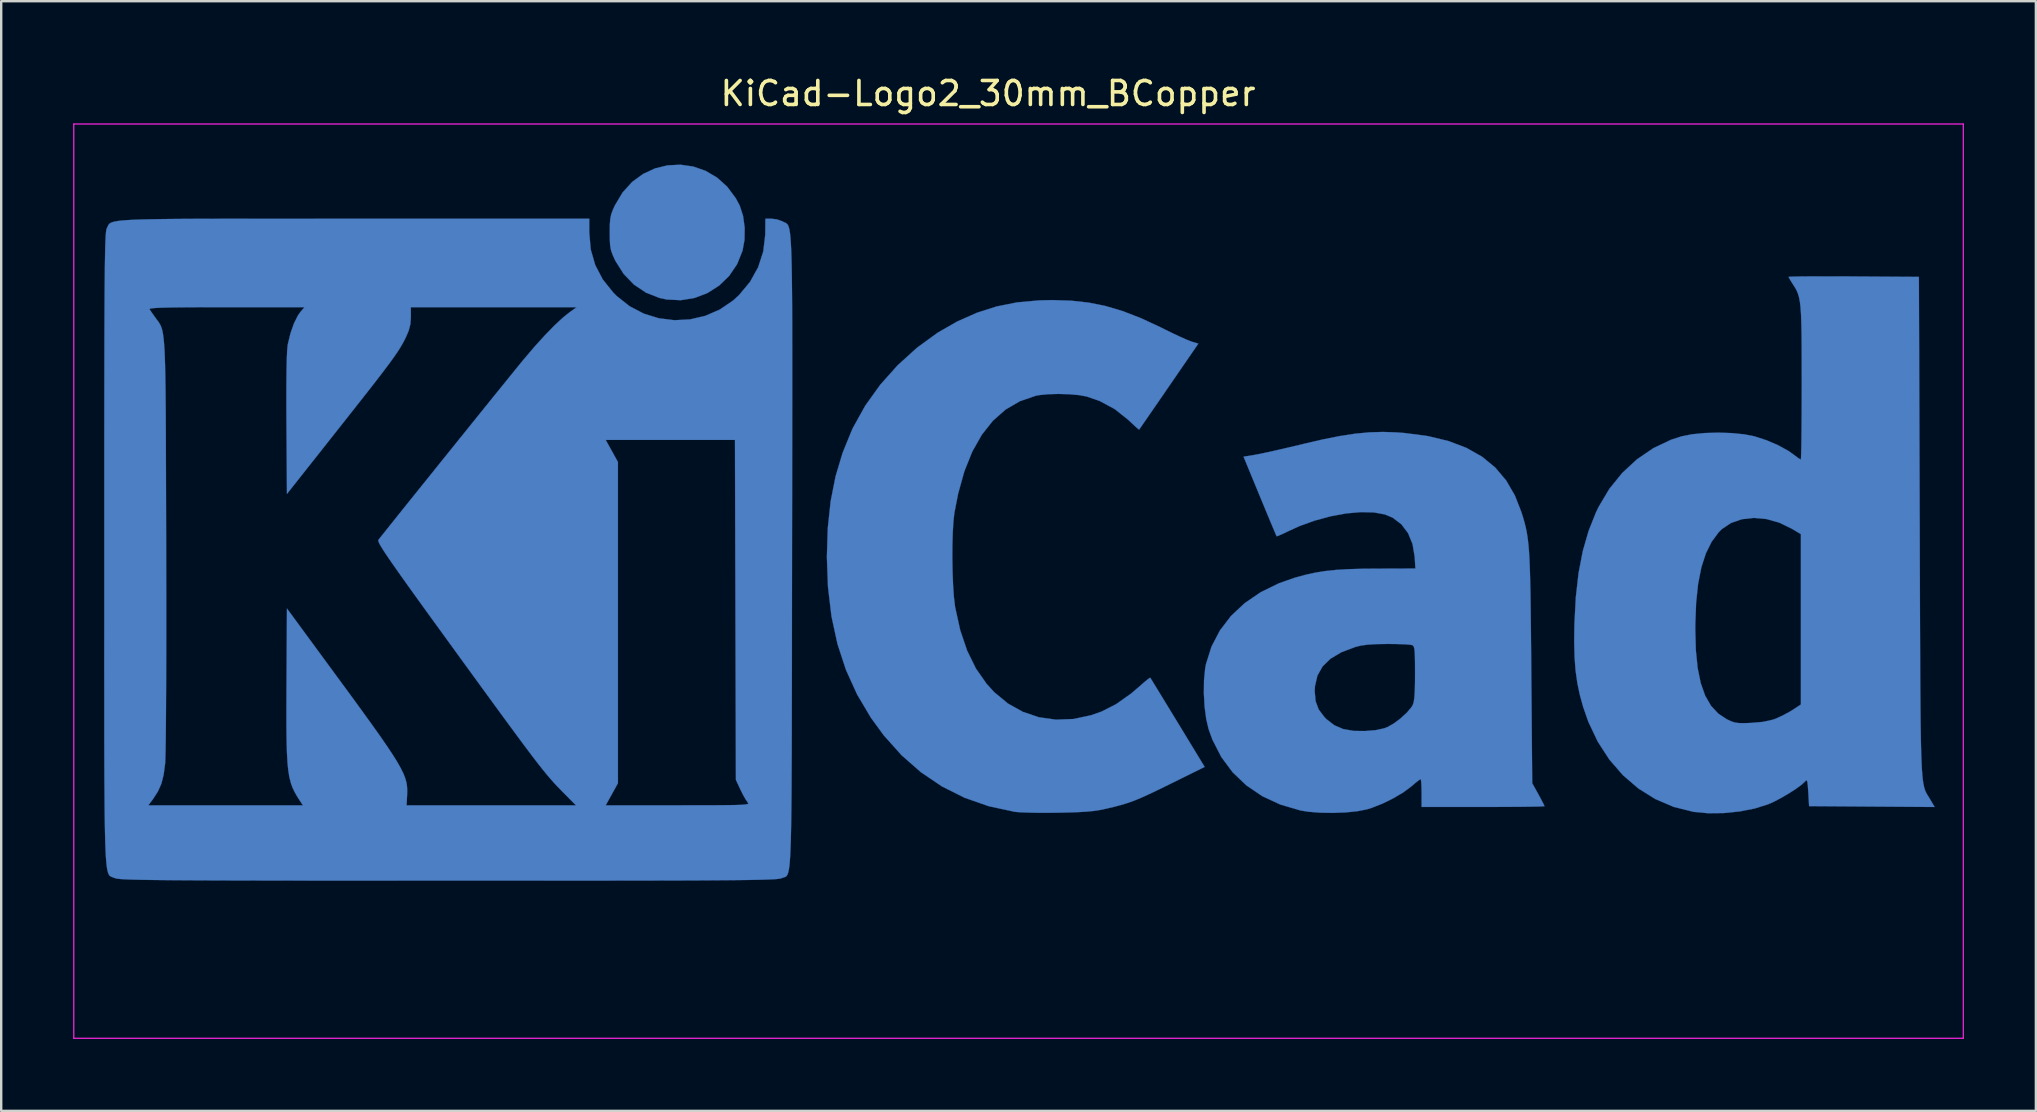
<source format=kicad_pcb>
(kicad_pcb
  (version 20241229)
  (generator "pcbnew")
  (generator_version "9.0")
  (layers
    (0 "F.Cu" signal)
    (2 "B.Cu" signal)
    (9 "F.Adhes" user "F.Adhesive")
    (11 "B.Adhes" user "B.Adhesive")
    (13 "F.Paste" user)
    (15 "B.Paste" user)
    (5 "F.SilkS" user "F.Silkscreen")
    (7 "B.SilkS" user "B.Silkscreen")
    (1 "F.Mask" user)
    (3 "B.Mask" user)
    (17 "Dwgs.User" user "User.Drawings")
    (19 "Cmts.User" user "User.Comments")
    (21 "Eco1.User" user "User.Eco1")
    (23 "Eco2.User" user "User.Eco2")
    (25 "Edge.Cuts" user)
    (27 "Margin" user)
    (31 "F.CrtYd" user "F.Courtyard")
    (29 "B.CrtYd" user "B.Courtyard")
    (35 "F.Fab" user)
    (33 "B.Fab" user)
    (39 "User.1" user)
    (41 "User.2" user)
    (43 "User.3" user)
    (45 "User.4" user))
  (footprint "KiCad-Logo2_30mm_BCopper"
    (layer "F.Cu")
    (at 39.395 18.628)
    (property "Reference" "KiCad-Logo2_30mm_BCopper" (at -1.27 -17.78 0) (layer "F.SilkS") (effects (font (size 1 1) (thickness 0.15))))
    (attr exclude_from_pos_files exclude_from_bom)
    (fp_poly (pts (xy -13.557 -14.738) (xy -13.044 -14.56) (xy -12.567 -14.28) (xy -12.141 -13.898) (xy -11.781 -13.415) (xy -11.619 -13.11) (xy -11.48 -12.683) (xy -11.412 -12.191) (xy -11.419 -11.684) (xy -11.503 -11.226) (xy -11.73 -10.665) (xy -12.061 -10.179) (xy -12.477 -9.777) (xy -12.961 -9.468) (xy -13.499 -9.262) (xy -14.071 -9.168) (xy -14.662 -9.197) (xy -14.953 -9.259) (xy -15.521 -9.48) (xy -16.025 -9.817) (xy -16.454 -10.26) (xy -16.795 -10.798) (xy -16.823 -10.856) (xy -16.923 -11.077) (xy -16.986 -11.263) (xy -17.02 -11.459) (xy -17.033 -11.71) (xy -17.036 -11.983) (xy -17.032 -12.311) (xy -17.015 -12.549) (xy -16.976 -12.741) (xy -16.906 -12.933) (xy -16.82 -13.122) (xy -16.498 -13.66) (xy -16.103 -14.095) (xy -15.648 -14.428) (xy -15.151 -14.659) (xy -14.626 -14.787) (xy -14.09 -14.814) (xy -13.557 -14.738)) (stroke (width 0.01) (type solid)) (fill yes) (layer "B.Cu"))
    (fp_poly (pts (xy 2.188 -9.148) (xy 2.924 -9.067) (xy 3.638 -8.923) (xy 4.357 -8.708) (xy 5.111 -8.414) (xy 5.93 -8.033) (xy 6.078 -7.959) (xy 6.416 -7.793) (xy 6.735 -7.643) (xy 7.003 -7.524) (xy 7.189 -7.45) (xy 7.218 -7.44) (xy 7.492 -7.358) (xy 6.265 -5.574) (xy 5.966 -5.138) (xy 5.691 -4.739) (xy 5.452 -4.392) (xy 5.257 -4.11) (xy 5.116 -3.905) (xy 5.038 -3.793) (xy 5.026 -3.775) (xy 4.974 -3.812) (xy 4.847 -3.924) (xy 4.668 -4.091) (xy 4.569 -4.185) (xy 4.007 -4.631) (xy 3.377 -4.97) (xy 2.834 -5.156) (xy 2.508 -5.215) (xy 2.099 -5.25) (xy 1.657 -5.262) (xy 1.228 -5.25) (xy 0.861 -5.213) (xy 0.715 -5.185) (xy 0.055 -4.958) (xy -0.539 -4.612) (xy -1.068 -4.146) (xy -1.53 -3.563) (xy -1.927 -2.861) (xy -2.256 -2.043) (xy -2.517 -1.108) (xy -2.673 -0.307) (xy -2.713 0.046) (xy -2.741 0.503) (xy -2.756 1.029) (xy -2.759 1.594) (xy -2.749 2.163) (xy -2.728 2.703) (xy -2.695 3.184) (xy -2.65 3.57) (xy -2.641 3.629) (xy -2.429 4.59) (xy -2.141 5.439) (xy -1.775 6.183) (xy -1.328 6.823) (xy -1.011 7.169) (xy -0.441 7.64) (xy 0.184 7.988) (xy 0.853 8.213) (xy 1.557 8.312) (xy 2.284 8.285) (xy 3.023 8.128) (xy 3.461 7.974) (xy 4.066 7.666) (xy 4.69 7.225) (xy 5.04 6.926) (xy 5.236 6.753) (xy 5.39 6.626) (xy 5.478 6.565) (xy 5.489 6.563) (xy 5.528 6.626) (xy 5.629 6.791) (xy 5.784 7.044) (xy 5.985 7.372) (xy 6.221 7.76) (xy 6.485 8.193) (xy 6.633 8.435) (xy 7.756 10.281) (xy 6.353 10.974) (xy 5.846 11.223) (xy 5.435 11.419) (xy 5.095 11.573) (xy 4.802 11.693) (xy 4.529 11.79) (xy 4.252 11.873) (xy 3.946 11.953) (xy 3.653 12.022) (xy 3.392 12.076) (xy 3.12 12.117) (xy 2.808 12.147) (xy 2.429 12.168) (xy 1.957 12.183) (xy 1.639 12.189) (xy 1.185 12.194) (xy 0.749 12.192) (xy 0.361 12.183) (xy 0.049 12.17) (xy -0.157 12.152) (xy -0.169 12.15) (xy -1.242 11.918) (xy -2.249 11.566) (xy -3.19 11.095) (xy -4.066 10.504) (xy -4.875 9.794) (xy -5.617 8.965) (xy -6.154 8.228) (xy -6.726 7.263) (xy -7.189 6.245) (xy -7.544 5.164) (xy -7.794 4.013) (xy -7.941 2.783) (xy -7.987 1.534) (xy -7.949 0.327) (xy -7.83 -0.788) (xy -7.625 -1.828) (xy -7.33 -2.812) (xy -6.943 -3.759) (xy -6.897 -3.857) (xy -6.387 -4.774) (xy -5.761 -5.647) (xy -5.037 -6.457) (xy -4.232 -7.187) (xy -3.364 -7.818) (xy -2.555 -8.281) (xy -1.738 -8.643) (xy -0.919 -8.906) (xy -0.066 -9.076) (xy 0.851 -9.16) (xy 1.4 -9.173) (xy 2.188 -9.148)) (stroke (width 0.01) (type solid)) (fill yes) (layer "B.Cu"))
    (fp_poly (pts (xy 34.027 -10.161) (xy 34.608 -10.159) (xy 34.806 -10.157) (xy 37.52 -10.14) (xy 37.554 0.273) (xy 37.558 1.685) (xy 37.562 2.967) (xy 37.566 4.126) (xy 37.57 5.168) (xy 37.574 6.1) (xy 37.578 6.929) (xy 37.584 7.661) (xy 37.59 8.303) (xy 37.598 8.861) (xy 37.607 9.342) (xy 37.618 9.753) (xy 37.631 10.101) (xy 37.646 10.392) (xy 37.664 10.632) (xy 37.685 10.828) (xy 37.709 10.988) (xy 37.736 11.117) (xy 37.766 11.222) (xy 37.801 11.31) (xy 37.84 11.388) (xy 37.883 11.462) (xy 37.931 11.538) (xy 37.983 11.624) (xy 37.994 11.642) (xy 38.175 11.951) (xy 35.56 11.933) (xy 32.945 11.915) (xy 32.911 11.34) (xy 32.892 11.065) (xy 32.873 10.905) (xy 32.847 10.842) (xy 32.807 10.855) (xy 32.774 10.891) (xy 32.63 11.024) (xy 32.396 11.195) (xy 32.105 11.383) (xy 31.788 11.568) (xy 31.481 11.73) (xy 31.244 11.836) (xy 30.691 12.011) (xy 30.056 12.136) (xy 29.386 12.204) (xy 28.728 12.211) (xy 28.129 12.154) (xy 28.12 12.152) (xy 27.301 11.947) (xy 26.534 11.619) (xy 25.827 11.177) (xy 25.187 10.627) (xy 24.622 9.976) (xy 24.139 9.231) (xy 23.745 8.4) (xy 23.53 7.784) (xy 23.388 7.269) (xy 23.284 6.77) (xy 23.212 6.257) (xy 23.171 5.699) (xy 23.156 5.068) (xy 23.162 4.552) (xy 28.201 4.552) (xy 28.225 5.417) (xy 28.3 6.161) (xy 28.429 6.791) (xy 28.614 7.314) (xy 28.857 7.735) (xy 29.161 8.062) (xy 29.511 8.293) (xy 29.694 8.38) (xy 29.852 8.432) (xy 30.029 8.455) (xy 30.266 8.457) (xy 30.521 8.448) (xy 31.023 8.404) (xy 31.42 8.317) (xy 31.545 8.274) (xy 31.83 8.145) (xy 32.131 7.984) (xy 32.262 7.903) (xy 32.603 7.68) (xy 32.603 0.582) (xy 32.228 0.357) (xy 31.704 0.102) (xy 31.169 -0.048) (xy 30.642 -0.096) (xy 30.143 -0.041) (xy 29.691 0.115) (xy 29.307 0.372) (xy 29.182 0.495) (xy 28.883 0.898) (xy 28.641 1.386) (xy 28.454 1.968) (xy 28.319 2.651) (xy 28.236 3.444) (xy 28.202 4.355) (xy 28.201 4.552) (xy 23.162 4.552) (xy 23.165 4.337) (xy 23.223 3.213) (xy 23.338 2.199) (xy 23.515 1.281) (xy 23.757 0.443) (xy 24.065 -0.329) (xy 24.175 -0.558) (xy 24.619 -1.304) (xy 25.155 -1.967) (xy 25.771 -2.537) (xy 26.454 -3.002) (xy 27.191 -3.352) (xy 27.634 -3.496) (xy 28.068 -3.581) (xy 28.591 -3.632) (xy 29.158 -3.649) (xy 29.725 -3.63) (xy 30.25 -3.577) (xy 30.671 -3.494) (xy 31.172 -3.331) (xy 31.658 -3.122) (xy 32.083 -2.887) (xy 32.309 -2.727) (xy 32.465 -2.609) (xy 32.575 -2.537) (xy 32.599 -2.526) (xy 32.607 -2.592) (xy 32.614 -2.782) (xy 32.621 -3.081) (xy 32.627 -3.476) (xy 32.631 -3.955) (xy 32.635 -4.504) (xy 32.637 -5.108) (xy 32.638 -5.725) (xy 32.637 -6.514) (xy 32.635 -7.179) (xy 32.631 -7.733) (xy 32.622 -8.189) (xy 32.609 -8.559) (xy 32.589 -8.857) (xy 32.562 -9.094) (xy 32.526 -9.283) (xy 32.481 -9.438) (xy 32.426 -9.571) (xy 32.358 -9.695) (xy 32.277 -9.822) (xy 32.267 -9.837) (xy 32.163 -10.002) (xy 32.1 -10.115) (xy 32.091 -10.139) (xy 32.157 -10.146) (xy 32.345 -10.152) (xy 32.641 -10.157) (xy 33.029 -10.16) (xy 33.496 -10.161) (xy 34.027 -10.161)) (stroke (width 0.01) (type solid)) (fill yes) (layer "B.Cu"))
    (fp_poly (pts (xy 15.752 -3.659) (xy 16.091 -3.633) (xy 17.059 -3.505) (xy 17.916 -3.299) (xy 18.666 -3.014) (xy 19.315 -2.647) (xy 19.865 -2.195) (xy 20.321 -1.655) (xy 20.687 -1.024) (xy 20.954 -0.341) (xy 21.022 -0.124) (xy 21.081 0.08) (xy 21.132 0.281) (xy 21.176 0.49) (xy 21.213 0.719) (xy 21.244 0.977) (xy 21.27 1.277) (xy 21.291 1.628) (xy 21.308 2.042) (xy 21.322 2.531) (xy 21.334 3.104) (xy 21.343 3.774) (xy 21.352 4.55) (xy 21.36 5.444) (xy 21.366 6.145) (xy 21.406 10.959) (xy 21.662 11.422) (xy 21.783 11.645) (xy 21.873 11.819) (xy 21.916 11.911) (xy 21.918 11.917) (xy 21.852 11.924) (xy 21.665 11.931) (xy 21.37 11.937) (xy 20.985 11.942) (xy 20.522 11.945) (xy 19.997 11.948) (xy 19.425 11.949) (xy 19.357 11.949) (xy 16.797 11.949) (xy 16.797 11.369) (xy 16.792 11.106) (xy 16.781 10.906) (xy 16.764 10.798) (xy 16.757 10.788) (xy 16.689 10.83) (xy 16.549 10.939) (xy 16.368 11.093) (xy 16.364 11.097) (xy 16.033 11.343) (xy 15.615 11.59) (xy 15.158 11.814) (xy 14.708 11.991) (xy 14.509 12.051) (xy 14.115 12.128) (xy 13.631 12.177) (xy 13.102 12.197) (xy 12.572 12.188) (xy 12.085 12.15) (xy 11.744 12.095) (xy 10.909 11.849) (xy 10.157 11.5) (xy 9.493 11.05) (xy 8.922 10.505) (xy 8.449 9.868) (xy 8.079 9.145) (xy 7.92 8.706) (xy 7.82 8.279) (xy 7.753 7.767) (xy 7.723 7.216) (xy 7.724 7.136) (xy 12.342 7.136) (xy 12.38 7.545) (xy 12.507 7.885) (xy 12.743 8.201) (xy 12.834 8.293) (xy 13.155 8.543) (xy 13.527 8.703) (xy 13.973 8.781) (xy 14.442 8.786) (xy 14.887 8.749) (xy 15.228 8.675) (xy 15.376 8.62) (xy 15.642 8.469) (xy 15.925 8.256) (xy 16.183 8.018) (xy 16.375 7.789) (xy 16.426 7.705) (xy 16.466 7.588) (xy 16.494 7.401) (xy 16.513 7.126) (xy 16.522 6.747) (xy 16.524 6.385) (xy 16.522 5.964) (xy 16.517 5.659) (xy 16.506 5.452) (xy 16.487 5.321) (xy 16.458 5.247) (xy 16.417 5.21) (xy 16.404 5.204) (xy 16.294 5.186) (xy 16.077 5.171) (xy 15.781 5.161) (xy 15.438 5.157) (xy 15.363 5.157) (xy 14.903 5.164) (xy 14.549 5.186) (xy 14.266 5.225) (xy 14.034 5.283) (xy 13.456 5.501) (xy 13.002 5.77) (xy 12.67 6.093) (xy 12.455 6.475) (xy 12.352 6.92) (xy 12.342 7.136) (xy 7.724 7.136) (xy 7.729 6.675) (xy 7.776 6.189) (xy 7.812 5.993) (xy 8.042 5.265) (xy 8.392 4.595) (xy 8.855 3.99) (xy 9.424 3.456) (xy 10.094 2.999) (xy 10.857 2.626) (xy 11.505 2.399) (xy 11.939 2.28) (xy 12.353 2.188) (xy 12.776 2.119) (xy 13.233 2.071) (xy 13.752 2.04) (xy 14.36 2.023) (xy 14.91 2.019) (xy 16.539 2.014) (xy 16.508 1.524) (xy 16.419 0.993) (xy 16.231 0.536) (xy 15.95 0.166) (xy 15.586 -0.108) (xy 15.265 -0.241) (xy 14.806 -0.325) (xy 14.258 -0.337) (xy 13.65 -0.282) (xy 13.004 -0.163) (xy 12.348 0.014) (xy 11.708 0.245) (xy 11.242 0.457) (xy 11.018 0.566) (xy 10.847 0.641) (xy 10.76 0.671) (xy 10.756 0.67) (xy 10.726 0.604) (xy 10.651 0.428) (xy 10.538 0.16) (xy 10.394 -0.185) (xy 10.227 -0.588) (xy 10.057 -0.999) (xy 9.377 -2.647) (xy 9.861 -2.726) (xy 10.07 -2.766) (xy 10.385 -2.833) (xy 10.779 -2.921) (xy 11.224 -3.024) (xy 11.694 -3.135) (xy 11.881 -3.181) (xy 12.69 -3.368) (xy 13.398 -3.509) (xy 14.032 -3.606) (xy 14.618 -3.661) (xy 15.183 -3.678) (xy 15.752 -3.659)) (stroke (width 0.01) (type solid)) (fill yes) (layer "B.Cu"))
    (fp_poly (pts (xy -29.619 -12.564) (xy -28.303 -12.563) (xy -27.691 -12.563) (xy -17.889 -12.563) (xy -17.889 -11.986) (xy -17.828 -11.283) (xy -17.641 -10.634) (xy -17.329 -10.036) (xy -16.889 -9.486) (xy -16.74 -9.337) (xy -16.205 -8.915) (xy -15.614 -8.607) (xy -14.986 -8.414) (xy -14.338 -8.334) (xy -13.688 -8.368) (xy -13.053 -8.516) (xy -12.451 -8.777) (xy -11.899 -9.152) (xy -11.651 -9.377) (xy -11.189 -9.932) (xy -10.851 -10.541) (xy -10.638 -11.198) (xy -10.555 -11.897) (xy -10.554 -11.966) (xy -10.549 -12.563) (xy -10.287 -12.563) (xy -10.054 -12.532) (xy -9.841 -12.455) (xy -9.827 -12.447) (xy -9.779 -12.422) (xy -9.735 -12.403) (xy -9.694 -12.383) (xy -9.658 -12.358) (xy -9.624 -12.321) (xy -9.594 -12.267) (xy -9.567 -12.19) (xy -9.543 -12.085) (xy -9.522 -11.946) (xy -9.504 -11.767) (xy -9.488 -11.543) (xy -9.474 -11.267) (xy -9.463 -10.935) (xy -9.453 -10.541) (xy -9.446 -10.078) (xy -9.44 -9.542) (xy -9.435 -8.927) (xy -9.432 -8.226) (xy -9.431 -7.435) (xy -9.43 -6.548) (xy -9.43 -5.558) (xy -9.431 -4.461) (xy -9.432 -3.251) (xy -9.434 -1.922) (xy -9.436 -0.468) (xy -9.439 1.116) (xy -9.439 1.309) (xy -9.441 2.903) (xy -9.443 4.366) (xy -9.444 5.704) (xy -9.446 6.923) (xy -9.448 8.027) (xy -9.45 9.023) (xy -9.453 9.917) (xy -9.457 10.714) (xy -9.461 11.419) (xy -9.467 12.038) (xy -9.474 12.578) (xy -9.483 13.043) (xy -9.493 13.44) (xy -9.505 13.773) (xy -9.52 14.049) (xy -9.536 14.273) (xy -9.555 14.451) (xy -9.577 14.589) (xy -9.601 14.692) (xy -9.628 14.766) (xy -9.659 14.816) (xy -9.692 14.849) (xy -9.73 14.869) (xy -9.771 14.883) (xy -9.815 14.896) (xy -9.864 14.914) (xy -9.876 14.919) (xy -9.914 14.931) (xy -9.976 14.942) (xy -10.07 14.953) (xy -10.2 14.962) (xy -10.371 14.97) (xy -10.59 14.978) (xy -10.861 14.985) (xy -11.19 14.991) (xy -11.584 14.996) (xy -12.046 15.001) (xy -12.582 15.005) (xy -13.199 15.009) (xy -13.902 15.012) (xy -14.695 15.014) (xy -15.585 15.016) (xy -16.577 15.017) (xy -17.676 15.019) (xy -18.889 15.019) (xy -20.22 15.02) (xy -21.674 15.02) (xy -23.258 15.02) (xy -23.772 15.02) (xy -25.391 15.02) (xy -26.879 15.019) (xy -28.242 15.019) (xy -29.485 15.018) (xy -30.613 15.017) (xy -31.633 15.015) (xy -32.549 15.013) (xy -33.368 15.011) (xy -34.094 15.008) (xy -34.734 15.005) (xy -35.293 15.001) (xy -35.776 14.996) (xy -36.189 14.991) (xy -36.538 14.986) (xy -36.828 14.979) (xy -37.064 14.972) (xy -37.253 14.964) (xy -37.399 14.955) (xy -37.508 14.945) (xy -37.587 14.934) (xy -37.64 14.922) (xy -37.668 14.911) (xy -37.72 14.89) (xy -37.766 14.874) (xy -37.809 14.858) (xy -37.849 14.836) (xy -37.884 14.804) (xy -37.916 14.754) (xy -37.945 14.682) (xy -37.97 14.581) (xy -37.993 14.447) (xy -38.013 14.273) (xy -38.03 14.054) (xy -38.045 13.784) (xy -38.058 13.458) (xy -38.068 13.069) (xy -38.077 12.613) (xy -38.084 12.084) (xy -38.086 11.881) (xy -36.263 11.881) (xy -29.822 11.881) (xy -29.946 11.693) (xy -30.07 11.5) (xy -30.174 11.316) (xy -30.261 11.129) (xy -30.332 10.925) (xy -30.389 10.692) (xy -30.433 10.416) (xy -30.465 10.086) (xy -30.487 9.687) (xy -30.501 9.208) (xy -30.508 8.635) (xy -30.509 7.955) (xy -30.506 7.156) (xy -30.505 6.86) (xy -30.487 3.68) (xy -28.473 6.423) (xy -27.902 7.2) (xy -27.408 7.878) (xy -26.984 8.464) (xy -26.626 8.967) (xy -26.329 9.397) (xy -26.086 9.762) (xy -25.893 10.071) (xy -25.744 10.334) (xy -25.633 10.559) (xy -25.557 10.755) (xy -25.508 10.931) (xy -25.483 11.097) (xy -25.475 11.261) (xy -25.479 11.432) (xy -25.48 11.453) (xy -25.502 11.881) (xy -21.973 11.881) (xy -18.444 11.881) (xy -18.969 11.351) (xy -19.111 11.206) (xy -19.246 11.066) (xy -19.38 10.921) (xy -19.519 10.764) (xy -19.667 10.589) (xy -19.833 10.386) (xy -20.02 10.148) (xy -20.236 9.867) (xy -20.486 9.536) (xy -20.776 9.147) (xy -21.112 8.691) (xy -21.501 8.162) (xy -21.947 7.551) (xy -22.457 6.851) (xy -23.037 6.054) (xy -23.512 5.4) (xy -24.108 4.578) (xy -24.629 3.86) (xy -25.078 3.238) (xy -25.46 2.706) (xy -25.78 2.256) (xy -26.043 1.882) (xy -26.253 1.578) (xy -26.416 1.336) (xy -26.535 1.149) (xy -26.616 1.011) (xy -26.663 0.915) (xy -26.682 0.854) (xy -26.676 0.822) (xy -26.61 0.736) (xy -26.466 0.555) (xy -26.254 0.29) (xy -25.982 -0.05) (xy -25.66 -0.453) (xy -25.294 -0.908) (xy -24.895 -1.405) (xy -24.47 -1.933) (xy -24.029 -2.482) (xy -23.58 -3.039) (xy -23.334 -3.346) (xy -17.204 -3.346) (xy -16.949 -2.885) (xy -16.694 -2.424) (xy -16.694 10.959) (xy -16.949 11.42) (xy -17.204 11.881) (xy -14.19 11.881) (xy -13.471 11.88) (xy -12.877 11.879) (xy -12.396 11.877) (xy -12.018 11.873) (xy -11.731 11.868) (xy -11.524 11.859) (xy -11.385 11.847) (xy -11.304 11.832) (xy -11.267 11.812) (xy -11.265 11.788) (xy -11.286 11.76) (xy -11.286 11.759) (xy -11.373 11.635) (xy -11.487 11.432) (xy -11.587 11.23) (xy -11.778 10.822) (xy -11.798 3.738) (xy -11.817 -3.346) (xy -17.204 -3.346) (xy -23.334 -3.346) (xy -23.132 -3.595) (xy -22.694 -4.14) (xy -22.273 -4.661) (xy -21.88 -5.149) (xy -21.521 -5.592) (xy -21.207 -5.98) (xy -20.946 -6.302) (xy -20.746 -6.548) (xy -20.628 -6.691) (xy -20.172 -7.227) (xy -19.734 -7.71) (xy -19.328 -8.126) (xy -18.97 -8.457) (xy -18.715 -8.66) (xy -18.415 -8.876) (xy -25.325 -8.876) (xy -25.323 -8.471) (xy -25.342 -8.173) (xy -25.415 -7.896) (xy -25.527 -7.634) (xy -25.6 -7.486) (xy -25.679 -7.34) (xy -25.77 -7.185) (xy -25.881 -7.012) (xy -26.019 -6.811) (xy -26.191 -6.572) (xy -26.405 -6.286) (xy -26.667 -5.943) (xy -26.985 -5.533) (xy -27.366 -5.047) (xy -27.817 -4.475) (xy -28.345 -3.806) (xy -28.404 -3.731) (xy -30.487 -1.097) (xy -30.507 -4.014) (xy -30.511 -4.887) (xy -30.51 -5.627) (xy -30.504 -6.235) (xy -30.494 -6.714) (xy -30.478 -7.066) (xy -30.457 -7.294) (xy -30.45 -7.337) (xy -30.339 -7.792) (xy -30.194 -8.203) (xy -30.029 -8.533) (xy -29.929 -8.673) (xy -29.758 -8.876) (xy -33.011 -8.876) (xy -33.787 -8.876) (xy -34.436 -8.874) (xy -34.968 -8.87) (xy -35.391 -8.864) (xy -35.715 -8.856) (xy -35.95 -8.845) (xy -36.106 -8.831) (xy -36.191 -8.815) (xy -36.215 -8.795) (xy -36.213 -8.791) (xy -36.144 -8.687) (xy -36.029 -8.522) (xy -35.969 -8.438) (xy -35.908 -8.355) (xy -35.852 -8.281) (xy -35.803 -8.208) (xy -35.759 -8.129) (xy -35.72 -8.037) (xy -35.686 -7.924) (xy -35.657 -7.784) (xy -35.632 -7.608) (xy -35.61 -7.39) (xy -35.592 -7.122) (xy -35.577 -6.797) (xy -35.565 -6.408) (xy -35.555 -5.947) (xy -35.547 -5.406) (xy -35.541 -4.779) (xy -35.536 -4.058) (xy -35.533 -3.236) (xy -35.53 -2.306) (xy -35.527 -1.26) (xy -35.524 -0.091) (xy -35.521 0.983) (xy -35.519 2.181) (xy -35.517 3.323) (xy -35.517 4.404) (xy -35.518 5.414) (xy -35.52 6.348) (xy -35.524 7.198) (xy -35.528 7.956) (xy -35.533 8.615) (xy -35.539 9.169) (xy -35.546 9.609) (xy -35.554 9.928) (xy -35.563 10.12) (xy -35.564 10.14) (xy -35.625 10.604) (xy -35.719 10.977) (xy -35.863 11.302) (xy -36.071 11.624) (xy -36.097 11.659) (xy -36.263 11.881) (xy -38.086 11.881) (xy -38.089 11.475) (xy -38.094 10.782) (xy -38.097 9.999) (xy -38.099 9.119) (xy -38.1 8.138) (xy -38.1 7.05) (xy -38.101 5.848) (xy -38.1 4.529) (xy -38.1 3.085) (xy -38.1 1.511) (xy -38.1 1.198) (xy -38.1 -0.392) (xy -38.1 -1.852) (xy -38.099 -3.186) (xy -38.098 -4.4) (xy -38.097 -5.5) (xy -38.095 -6.492) (xy -38.094 -7.381) (xy -38.091 -8.172) (xy -38.088 -8.872) (xy -38.085 -9.486) (xy -38.08 -10.019) (xy -38.076 -10.477) (xy -38.07 -10.866) (xy -38.064 -11.191) (xy -38.057 -11.458) (xy -38.049 -11.673) (xy -38.041 -11.841) (xy -38.031 -11.967) (xy -38.021 -12.058) (xy -38.009 -12.119) (xy -37.997 -12.155) (xy -37.996 -12.156) (xy -37.971 -12.211) (xy -37.949 -12.262) (xy -37.926 -12.307) (xy -37.893 -12.347) (xy -37.845 -12.383) (xy -37.775 -12.415) (xy -37.677 -12.443) (xy -37.543 -12.467) (xy -37.368 -12.488) (xy -37.144 -12.505) (xy -36.866 -12.52) (xy -36.526 -12.532) (xy -36.118 -12.541) (xy -35.635 -12.549) (xy -35.072 -12.555) (xy -34.421 -12.559) (xy -33.675 -12.561) (xy -32.829 -12.563) (xy -31.875 -12.564) (xy -30.807 -12.564) (xy -29.619 -12.564)) (stroke (width 0.01) (type solid)) (fill yes) (layer "B.Cu"))
    (fp_line (start -39.37 -16.51) (end 39.37 -16.51) (stroke (width 0.05) (type solid)) (layer "F.CrtYd"))
    (fp_line (start -39.37 21.59) (end -39.37 -16.51) (stroke (width 0.05) (type solid)) (layer "F.CrtYd"))
    (fp_line (start 39.37 -16.51) (end 39.37 21.59) (stroke (width 0.05) (type solid)) (layer "F.CrtYd"))
    (fp_line (start 39.37 21.59) (end -39.37 21.59) (stroke (width 0.05) (type solid)) (layer "F.CrtYd")))
  (gr_rect
    (start -3 -3)
    (end 81.79 43.243)
    (stroke (width 0.1) (type default))
    (fill no)
    (layer "Edge.Cuts")))
</source>
